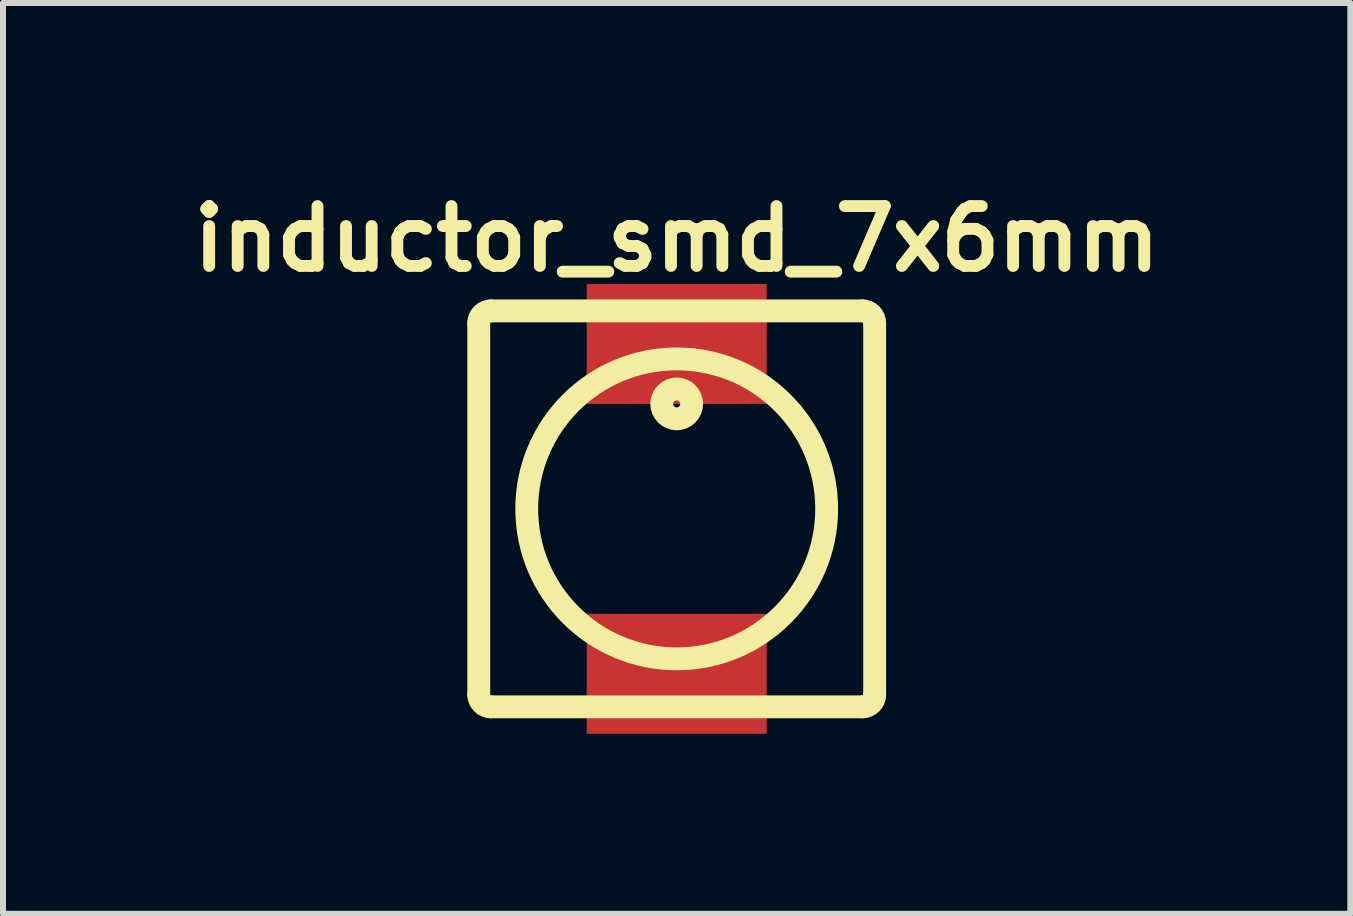
<source format=kicad_pcb>
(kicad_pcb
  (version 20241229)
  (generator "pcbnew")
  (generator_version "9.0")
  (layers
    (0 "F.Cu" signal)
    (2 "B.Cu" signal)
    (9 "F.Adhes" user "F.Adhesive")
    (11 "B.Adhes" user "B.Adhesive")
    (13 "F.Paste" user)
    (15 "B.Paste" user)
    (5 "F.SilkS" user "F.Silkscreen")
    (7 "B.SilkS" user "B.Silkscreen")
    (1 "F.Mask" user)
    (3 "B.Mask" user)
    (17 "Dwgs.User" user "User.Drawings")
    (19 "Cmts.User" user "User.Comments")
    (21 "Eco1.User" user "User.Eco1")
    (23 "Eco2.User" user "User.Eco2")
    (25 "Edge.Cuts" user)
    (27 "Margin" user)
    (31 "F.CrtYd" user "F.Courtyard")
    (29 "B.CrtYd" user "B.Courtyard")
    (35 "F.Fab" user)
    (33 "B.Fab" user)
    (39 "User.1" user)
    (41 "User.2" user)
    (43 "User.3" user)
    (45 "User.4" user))
  (footprint "inductor_smd_7x6mm"
    (layer "F.Cu")
    (at 8.231 5.433)
    (property "Reference" "inductor_smd_7x6mm" (at 0 -4.501 0) (layer "F.SilkS") (effects (font (size 0.998 0.998) (thickness 0.198))))
    (attr through_hole)
    (fp_line (start -3.3 3.1) (end -3.3 -3.1) (stroke (width 0.381) (type solid)) (layer "F.SilkS"))
    (fp_line (start -3.1 -3.3) (end 3.1 -3.3) (stroke (width 0.381) (type solid)) (layer "F.SilkS"))
    (fp_line (start 3.1 3.3) (end -3.1 3.3) (stroke (width 0.381) (type solid)) (layer "F.SilkS"))
    (fp_line (start 3.3 -3.1) (end 3.3 3.1) (stroke (width 0.381) (type solid)) (layer "F.SilkS"))
    (fp_arc (start -3.3 -3.1) (mid -3.241421 -3.241421) (end -3.1 -3.3) (stroke (width 0.381) (type solid)) (layer "F.SilkS"))
    (fp_arc (start -3.1 3.3) (mid -3.241421 3.241421) (end -3.3 3.1) (stroke (width 0.381) (type solid)) (layer "F.SilkS"))
    (fp_arc (start 3.1 -3.3) (mid 3.241421 -3.241421) (end 3.3 -3.1) (stroke (width 0.381) (type solid)) (layer "F.SilkS"))
    (fp_arc (start 3.3 3.1) (mid 3.241421 3.241421) (end 3.1 3.3) (stroke (width 0.381) (type solid)) (layer "F.SilkS"))
    (fp_circle (center 0 -1.75) (end 0 -1.501) (stroke (width 0.381) (type solid)) (fill no) (layer "F.SilkS"))
    (fp_circle (center 0 0) (end 2.5 0) (stroke (width 0.381) (type solid)) (fill no) (layer "F.SilkS"))
    (pad "1" smd rect (at 0 -2.75) (size 3 2) (layers "F.Cu" "F.Mask" "F.Paste"))
    (pad "2" smd rect (at 0 2.75) (size 3 2) (layers "F.Cu" "F.Mask" "F.Paste")))
  (gr_rect
    (start -3 -3)
    (end 19.461 12.183)
    (stroke (width 0.1) (type default))
    (fill no)
    (layer "Edge.Cuts")))
</source>
